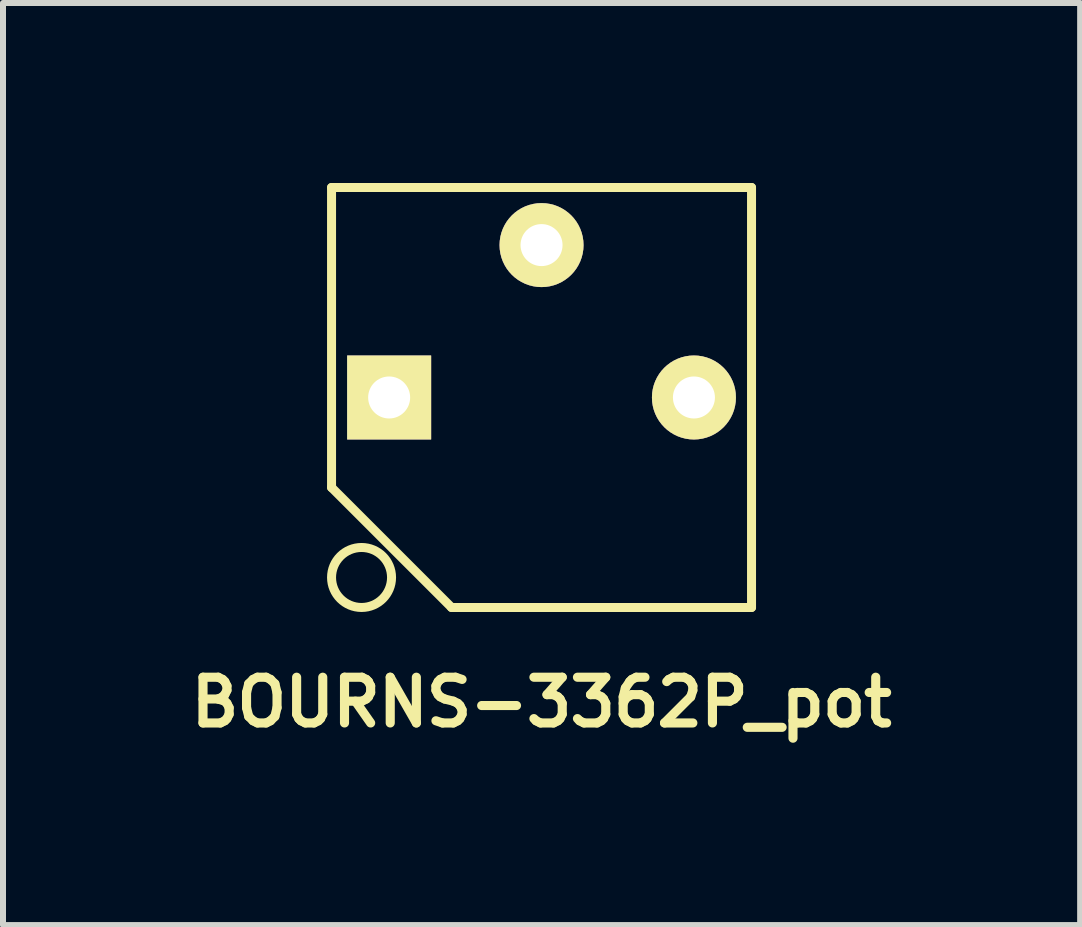
<source format=kicad_pcb>
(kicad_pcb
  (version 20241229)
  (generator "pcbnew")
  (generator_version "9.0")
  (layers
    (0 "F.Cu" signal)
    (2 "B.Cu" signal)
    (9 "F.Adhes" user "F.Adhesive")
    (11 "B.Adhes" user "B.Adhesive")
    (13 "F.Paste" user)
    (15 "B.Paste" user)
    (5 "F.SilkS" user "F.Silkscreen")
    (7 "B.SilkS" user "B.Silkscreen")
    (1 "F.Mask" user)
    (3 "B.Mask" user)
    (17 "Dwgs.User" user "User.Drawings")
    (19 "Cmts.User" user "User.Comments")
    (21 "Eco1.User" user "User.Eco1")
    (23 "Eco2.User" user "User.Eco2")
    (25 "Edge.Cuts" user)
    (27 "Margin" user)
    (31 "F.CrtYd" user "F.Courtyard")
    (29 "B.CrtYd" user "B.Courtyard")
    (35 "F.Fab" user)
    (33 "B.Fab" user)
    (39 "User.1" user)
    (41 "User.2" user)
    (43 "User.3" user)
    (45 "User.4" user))
  (footprint "BOURNS-3362P_pot"
    (layer "F.Cu")
    (at 5.976 3.575)
    (property "Reference" "BOURNS-3362P_pot" (at 0 5.08 0) (layer "F.SilkS") (effects (font (size 0.762 0.762) (thickness 0.152))))
    (attr through_hole)
    (fp_line (start -3.5 -3.5) (end 3.5 -3.5) (stroke (width 0.15) (type solid)) (layer "F.SilkS"))
    (fp_line (start -3.5 1.5) (end -3.5 -3.5) (stroke (width 0.15) (type solid)) (layer "F.SilkS"))
    (fp_line (start -3.5 1.5) (end -1.5 3.5) (stroke (width 0.15) (type solid)) (layer "F.SilkS"))
    (fp_line (start -1.5 3.5) (end 3.5 3.5) (stroke (width 0.15) (type solid)) (layer "F.SilkS"))
    (fp_line (start 3.5 -3.5) (end 3.5 3.5) (stroke (width 0.15) (type solid)) (layer "F.SilkS"))
    (fp_circle (center -3 3) (end -3 3.5) (stroke (width 0.15) (type solid)) (fill no) (layer "F.SilkS"))
    (pad "1" thru_hole rect (at -2.54 0) (size 1.4 1.4) (drill 0.7) (layers "*.Cu" "*.Mask" "F.SilkS"))
    (pad "2" thru_hole circle (at 0 -2.54) (size 1.4 1.4) (drill 0.7) (layers "*.Cu" "*.Mask" "F.SilkS"))
    (pad "3" thru_hole circle (at 2.54 0) (size 1.4 1.4) (drill 0.7) (layers "*.Cu" "*.Mask" "F.SilkS")))
  (gr_rect
    (start -3 -3)
    (end 14.953 12.368)
    (stroke (width 0.1) (type default))
    (fill no)
    (layer "Edge.Cuts")))
</source>
